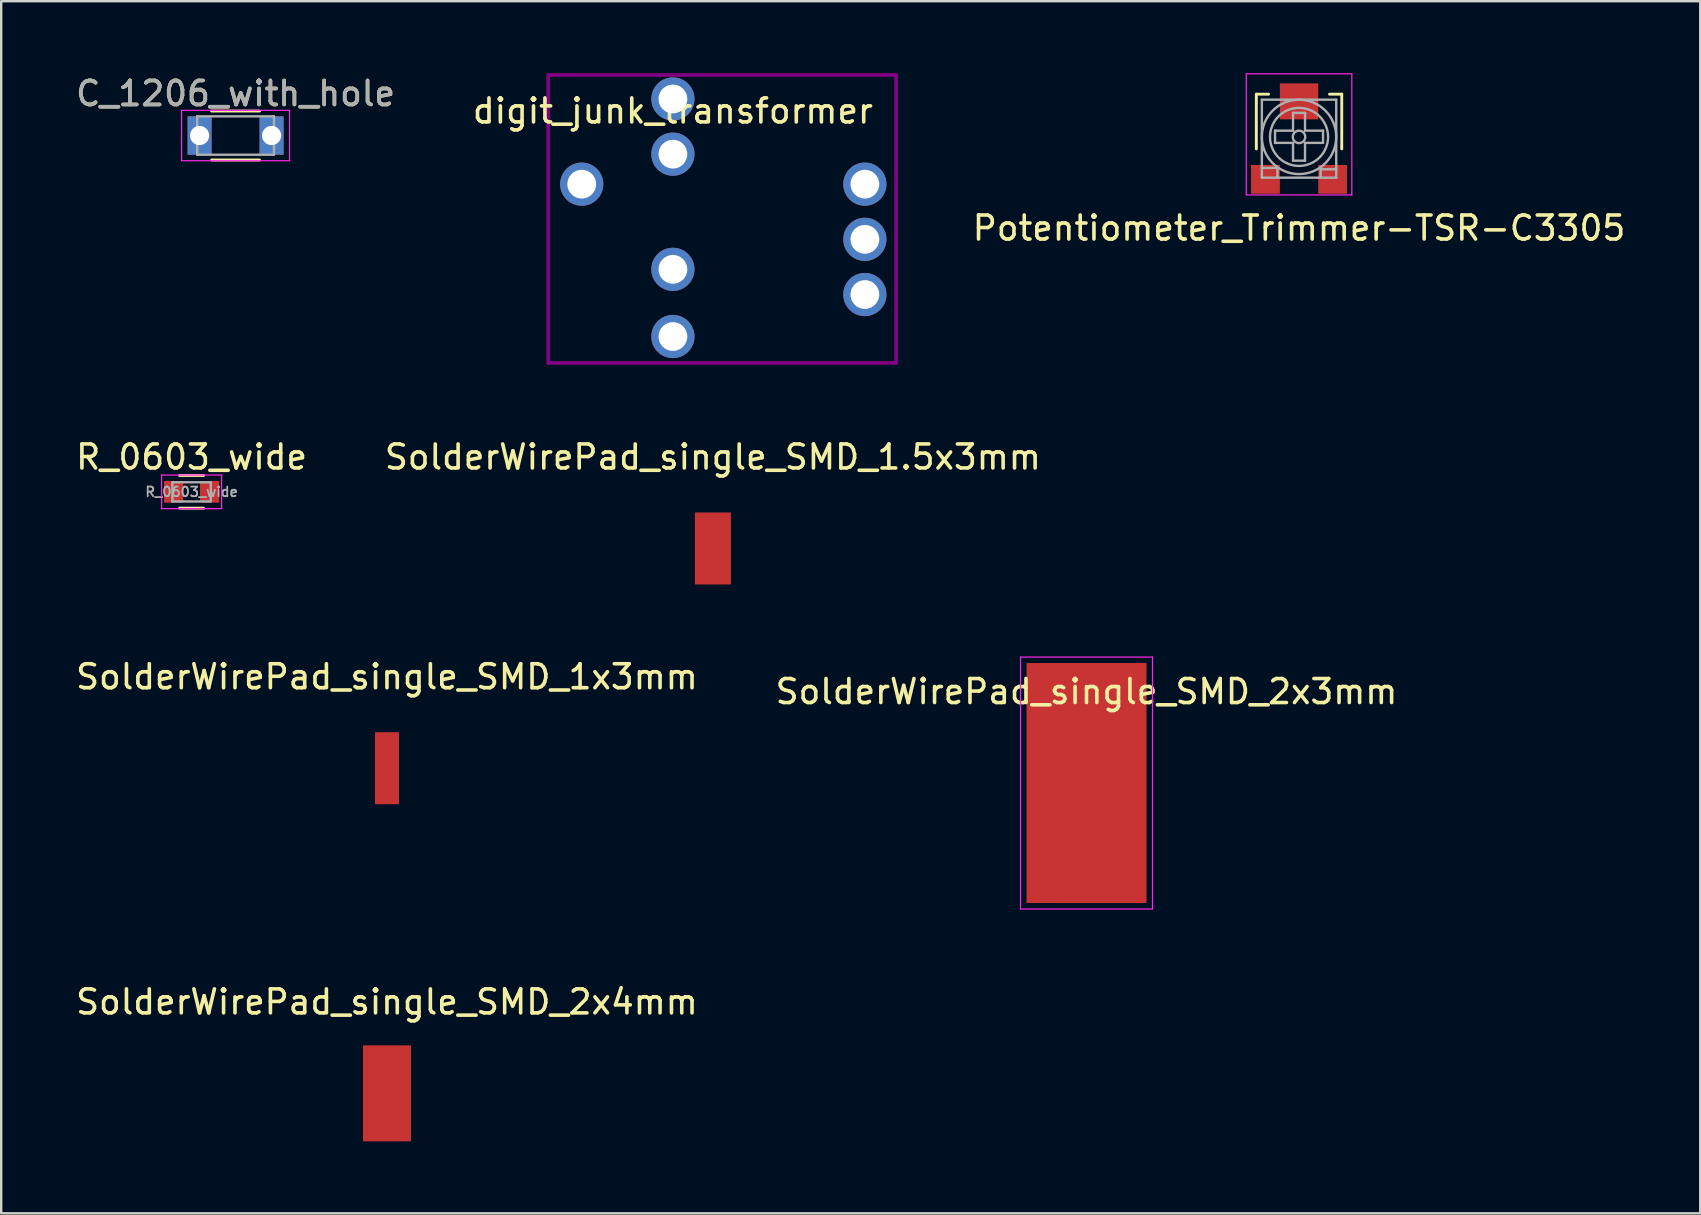
<source format=kicad_pcb>
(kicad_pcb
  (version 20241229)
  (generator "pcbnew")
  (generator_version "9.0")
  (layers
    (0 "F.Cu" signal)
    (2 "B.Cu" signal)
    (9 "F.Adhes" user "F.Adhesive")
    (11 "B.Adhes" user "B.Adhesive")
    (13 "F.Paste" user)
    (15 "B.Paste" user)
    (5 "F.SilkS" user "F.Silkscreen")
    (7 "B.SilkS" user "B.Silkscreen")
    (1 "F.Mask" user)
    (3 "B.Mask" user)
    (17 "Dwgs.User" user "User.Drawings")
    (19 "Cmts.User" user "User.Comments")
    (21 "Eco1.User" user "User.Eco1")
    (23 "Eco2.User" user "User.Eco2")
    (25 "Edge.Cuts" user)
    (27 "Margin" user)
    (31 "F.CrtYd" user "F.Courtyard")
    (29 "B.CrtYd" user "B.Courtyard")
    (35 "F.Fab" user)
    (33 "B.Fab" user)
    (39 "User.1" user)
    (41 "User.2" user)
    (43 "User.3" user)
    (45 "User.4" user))
  (footprint "R_0603_wide"
    (layer "F.Cu")
    (at 4.935 17.448)
    (property "Reference" "R_0603_wide" (at 0 -1.45 0) (layer "F.SilkS") (effects (font (size 1 1) (thickness 0.15))))
    (attr smd)
    (fp_line (start -0.5 -0.68) (end 0.5 -0.68) (stroke (width 0.12) (type solid)) (layer "F.SilkS"))
    (fp_line (start 0.5 0.68) (end -0.5 0.68) (stroke (width 0.12) (type solid)) (layer "F.SilkS"))
    (fp_line (start -1.25 -0.7) (end -1.25 0.7) (stroke (width 0.05) (type solid)) (layer "F.CrtYd"))
    (fp_line (start -1.25 -0.7) (end 1.25 -0.7) (stroke (width 0.05) (type solid)) (layer "F.CrtYd"))
    (fp_line (start 1.25 0.7) (end -1.25 0.7) (stroke (width 0.05) (type solid)) (layer "F.CrtYd"))
    (fp_line (start 1.25 0.7) (end 1.25 -0.7) (stroke (width 0.05) (type solid)) (layer "F.CrtYd"))
    (fp_line (start -0.8 -0.4) (end 0.8 -0.4) (stroke (width 0.1) (type solid)) (layer "F.Fab"))
    (fp_line (start -0.8 0.4) (end -0.8 -0.4) (stroke (width 0.1) (type solid)) (layer "F.Fab"))
    (fp_line (start 0.8 -0.4) (end 0.8 0.4) (stroke (width 0.1) (type solid)) (layer "F.Fab"))
    (fp_line (start 0.8 0.4) (end -0.8 0.4) (stroke (width 0.1) (type solid)) (layer "F.Fab"))
    (fp_text user "${REFERENCE}" (at 0 0 0) (layer "F.Fab") (effects (font (size 0.4 0.4) (thickness 0.075))))
    (pad "1" smd rect (at -0.75 0) (size 0.8 0.9) (layers "F.Cu" "F.Mask" "F.Paste"))
    (pad "2" smd rect (at 0.75 0) (size 0.8 0.9) (layers "F.Cu" "F.Mask" "F.Paste")))
  (footprint "SolderWirePad_single_SMD_1x3mm"
    (layer "F.Cu")
    (at 13.077 28.966)
    (property "Reference" "SolderWirePad_single_SMD_1x3mm" (at 0 -3.81 0) (layer "F.SilkS") (effects (font (size 1 1) (thickness 0.15))))
    (attr smd)
    (pad "1" smd rect (at 0 0) (size 1 3) (layers "F.Cu" "F.Mask" "F.Paste")))
  (footprint "C_1206_with_hole"
    (layer "F.Cu")
    (at 6.768 2.598)
    (property "Reference" "C_1206_with_hole" (at 0 -1.75 0) (layer "F.SilkS") (effects (font (size 1 1) (thickness 0.15))))
    (attr smd)
    (fp_line (start -1 1.02) (end 1 1.02) (stroke (width 0.12) (type solid)) (layer "F.SilkS"))
    (fp_line (start 1 -1.02) (end -1 -1.02) (stroke (width 0.12) (type solid)) (layer "F.SilkS"))
    (fp_line (start -2.25 -1.05) (end -2.25 1.05) (stroke (width 0.05) (type solid)) (layer "F.CrtYd"))
    (fp_line (start -2.25 -1.05) (end 2.25 -1.05) (stroke (width 0.05) (type solid)) (layer "F.CrtYd"))
    (fp_line (start 2.25 1.05) (end -2.25 1.05) (stroke (width 0.05) (type solid)) (layer "F.CrtYd"))
    (fp_line (start 2.25 1.05) (end 2.25 -1.05) (stroke (width 0.05) (type solid)) (layer "F.CrtYd"))
    (fp_line (start -1.6 -0.8) (end 1.6 -0.8) (stroke (width 0.1) (type solid)) (layer "F.Fab"))
    (fp_line (start -1.6 0.8) (end -1.6 -0.8) (stroke (width 0.1) (type solid)) (layer "F.Fab"))
    (fp_line (start 1.6 -0.8) (end 1.6 0.8) (stroke (width 0.1) (type solid)) (layer "F.Fab"))
    (fp_line (start 1.6 0.8) (end -1.6 0.8) (stroke (width 0.1) (type solid)) (layer "F.Fab"))
    (fp_text user "${REFERENCE}" (at 0 -1.75 0) (layer "F.Fab") (effects (font (size 1 1) (thickness 0.15))))
    (pad "1" thru_hole rect (at -1.5 0) (size 1 1.6) (drill 0.8) (layers "*.Cu" "*.Mask"))
    (pad "2" thru_hole rect (at 1.5 0) (size 1 1.6) (drill 0.8) (layers "*.Cu" "*.Mask")))
  (footprint "digit_junk_transformer"
    (layer "F.Cu")
    (at 24.994 1.075)
    (property "Reference" "digit_junk_transformer" (at 0 0.5 0) (layer "F.SilkS") (effects (font (size 1 1) (thickness 0.15))))
    (attr through_hole)
    (fp_line (start -5.2 -1) (end 9.3 -1) (stroke (width 0.15) (type solid)) (layer "F.Adhes"))
    (fp_line (start -5.2 11) (end -5.2 -1) (stroke (width 0.15) (type solid)) (layer "F.Adhes"))
    (fp_line (start 9.3 -1) (end 9.3 -0.9) (stroke (width 0.15) (type solid)) (layer "F.Adhes"))
    (fp_line (start 9.3 -0.9) (end 9.3 11) (stroke (width 0.15) (type solid)) (layer "F.Adhes"))
    (fp_line (start 9.3 11) (end -5.2 11) (stroke (width 0.15) (type solid)) (layer "F.Adhes"))
    (pad "1" thru_hole circle (at 0 0) (size 1.8 1.8) (drill 1.2) (layers "*.Cu" "*.Mask"))
    (pad "2" thru_hole circle (at 0 2.3) (size 1.8 1.8) (drill 1.2) (layers "*.Cu" "*.Mask"))
    (pad "3" thru_hole circle (at 0 7.1) (size 1.8 1.8) (drill 1.2) (layers "*.Cu" "*.Mask" "B.Paste"))
    (pad "4" thru_hole circle (at 0 9.9) (size 1.8 1.8) (drill 1.2) (layers "*.Cu" "*.Mask"))
    (pad "5" thru_hole circle (at 8 8.15) (size 1.8 1.8) (drill 1.2) (layers "*.Cu" "*.Mask"))
    (pad "6" thru_hole circle (at 8 5.85) (size 1.8 1.8) (drill 1.2) (layers "*.Cu" "*.Mask"))
    (pad "7" thru_hole circle (at 8 3.55) (size 1.8 1.8) (drill 1.2) (layers "*.Cu" "*.Mask"))
    (pad "8" thru_hole circle (at -3.8 3.55) (size 1.8 1.8) (drill 1.2) (layers "*.Cu" "*.Mask")))
  (footprint "SolderWirePad_single_SMD_2x4mm"
    (layer "F.Cu")
    (at 13.077 42.517)
    (property "Reference" "SolderWirePad_single_SMD_2x4mm" (at 0 -3.81 0) (layer "F.SilkS") (effects (font (size 1 1) (thickness 0.15))))
    (attr smd)
    (pad "1" smd rect (at 0 0) (size 2 4) (layers "F.Cu" "F.Mask" "F.Paste")))
  (footprint "SolderWirePad_single_SMD_2x3mm"
    (layer "F.Cu")
    (at 42.232 29.583)
    (property "Reference" "SolderWirePad_single_SMD_2x3mm" (at 0 -3.81 0) (layer "F.SilkS") (effects (font (size 1 1) (thickness 0.15))))
    (attr smd)
    (fp_line (start -2.75 -5.25) (end -2.75 5.25) (stroke (width 0.05) (type solid)) (layer "F.CrtYd"))
    (fp_line (start -2.75 5.25) (end 2.75 5.25) (stroke (width 0.05) (type solid)) (layer "F.CrtYd"))
    (fp_line (start 2.75 -5.25) (end -2.75 -5.25) (stroke (width 0.05) (type solid)) (layer "F.CrtYd"))
    (fp_line (start 2.75 5.25) (end 2.75 -5.25) (stroke (width 0.05) (type solid)) (layer "F.CrtYd"))
    (pad "1" smd rect (at 0 0) (size 5 10) (layers "F.Cu" "F.Mask" "F.Paste")))
  (footprint "SolderWirePad_single_SMD_1.5x3mm"
    (layer "F.Cu")
    (at 26.661 19.808)
    (property "Reference" "SolderWirePad_single_SMD_1.5x3mm" (at 0 -3.81 0) (layer "F.SilkS") (effects (font (size 1 1) (thickness 0.15))))
    (attr smd)
    (pad "1" smd rect (at 0 0) (size 1.5 3) (layers "F.Cu" "F.Mask" "F.Paste")))
  (footprint "Potentiometer_Trimmer-TSR-C3305"
    (layer "F.Cu")
    (at 51.089 2.625)
    (property "Reference" "Potentiometer_Trimmer-TSR-C3305" (at 0 3.83 0) (layer "F.SilkS") (effects (font (size 1 1) (thickness 0.15))))
    (attr smd)
    (fp_line (start -1.78 -1.75) (end -1.27 -1.75) (stroke (width 0.12) (type solid)) (layer "F.SilkS"))
    (fp_line (start -1.78 0.53) (end -1.78 -1.75) (stroke (width 0.12) (type solid)) (layer "F.SilkS"))
    (fp_line (start 1.27 -1.75) (end 1.78 -1.75) (stroke (width 0.12) (type solid)) (layer "F.SilkS"))
    (fp_line (start 1.78 -1.75) (end 1.78 0.53) (stroke (width 0.12) (type solid)) (layer "F.SilkS"))
    (fp_line (start -2.2 -2.6) (end 2.2 -2.6) (stroke (width 0.05) (type solid)) (layer "F.CrtYd"))
    (fp_line (start -2.2 2.45) (end -2.2 -2.6) (stroke (width 0.05) (type solid)) (layer "F.CrtYd"))
    (fp_line (start 2.2 -2.6) (end 2.2 2.45) (stroke (width 0.05) (type solid)) (layer "F.CrtYd"))
    (fp_line (start 2.2 2.45) (end -2.2 2.45) (stroke (width 0.05) (type solid)) (layer "F.CrtYd"))
    (fp_line (start -1.55 -1.52) (end 1.55 -1.52) (stroke (width 0.1) (type solid)) (layer "F.Fab"))
    (fp_line (start -1.55 1.32) (end -0.9 1.32) (stroke (width 0.1) (type solid)) (layer "F.Fab"))
    (fp_line (start -1.55 1.73) (end -1.55 -1.52) (stroke (width 0.1) (type solid)) (layer "F.Fab"))
    (fp_line (start -1 -0.23) (end -0.25 -0.23) (stroke (width 0.1) (type solid)) (layer "F.Fab"))
    (fp_line (start -1 0.28) (end -1 -0.23) (stroke (width 0.1) (type solid)) (layer "F.Fab"))
    (fp_line (start -0.9 1.32) (end -0.9 1.73) (stroke (width 0.1) (type solid)) (layer "F.Fab"))
    (fp_line (start -0.25 -0.97) (end 0.25 -0.97) (stroke (width 0.1) (type solid)) (layer "F.Fab"))
    (fp_line (start -0.25 -0.23) (end -0.25 -0.97) (stroke (width 0.1) (type solid)) (layer "F.Fab"))
    (fp_line (start -0.25 0.28) (end -1 0.28) (stroke (width 0.1) (type solid)) (layer "F.Fab"))
    (fp_line (start -0.25 1.02) (end -0.25 0.28) (stroke (width 0.1) (type solid)) (layer "F.Fab"))
    (fp_line (start 0.25 -0.97) (end 0.25 -0.23) (stroke (width 0.1) (type solid)) (layer "F.Fab"))
    (fp_line (start 0.25 -0.23) (end 1 -0.23) (stroke (width 0.1) (type solid)) (layer "F.Fab"))
    (fp_line (start 0.25 0.28) (end 0.25 1.02) (stroke (width 0.1) (type solid)) (layer "F.Fab"))
    (fp_line (start 0.25 1.02) (end -0.25 1.02) (stroke (width 0.1) (type solid)) (layer "F.Fab"))
    (fp_line (start 0.9 1.38) (end 0.9 1.73) (stroke (width 0.1) (type solid)) (layer "F.Fab"))
    (fp_line (start 1 -0.23) (end 1 0.28) (stroke (width 0.1) (type solid)) (layer "F.Fab"))
    (fp_line (start 1 0.28) (end 0.25 0.28) (stroke (width 0.1) (type solid)) (layer "F.Fab"))
    (fp_line (start 1.55 -1.52) (end 1.55 1.73) (stroke (width 0.1) (type solid)) (layer "F.Fab"))
    (fp_line (start 1.55 1.38) (end 0.9 1.38) (stroke (width 0.1) (type solid)) (layer "F.Fab"))
    (fp_line (start 1.55 1.73) (end -1.55 1.73) (stroke (width 0.1) (type solid)) (layer "F.Fab"))
    (fp_circle (center 0 0.03) (end 0 -1.52) (stroke (width 0.1) (type solid)) (fill no) (layer "F.Fab"))
    (fp_circle (center 0 0.03) (end 0 -1.18) (stroke (width 0.1) (type solid)) (fill no) (layer "F.Fab"))
    (fp_circle (center 0 0.03) (end 0 -0.23) (stroke (width 0.1) (type solid)) (fill no) (layer "F.Fab"))
    (pad "1" smd rect (at -1.4 1.8) (size 1.2 1.2) (layers "F.Cu" "F.Mask" "F.Paste"))
    (pad "2" smd rect (at 0 -1.45) (size 1.6 1.5) (layers "F.Cu" "F.Mask" "F.Paste"))
    (pad "3" smd rect (at 1.4 1.8) (size 1.2 1.2) (layers "F.Cu" "F.Mask" "F.Paste")))
  (gr_rect
    (start -3 -3)
    (end 67.81 47.517)
    (stroke (width 0.1) (type default))
    (fill no)
    (layer "Edge.Cuts")))
</source>
